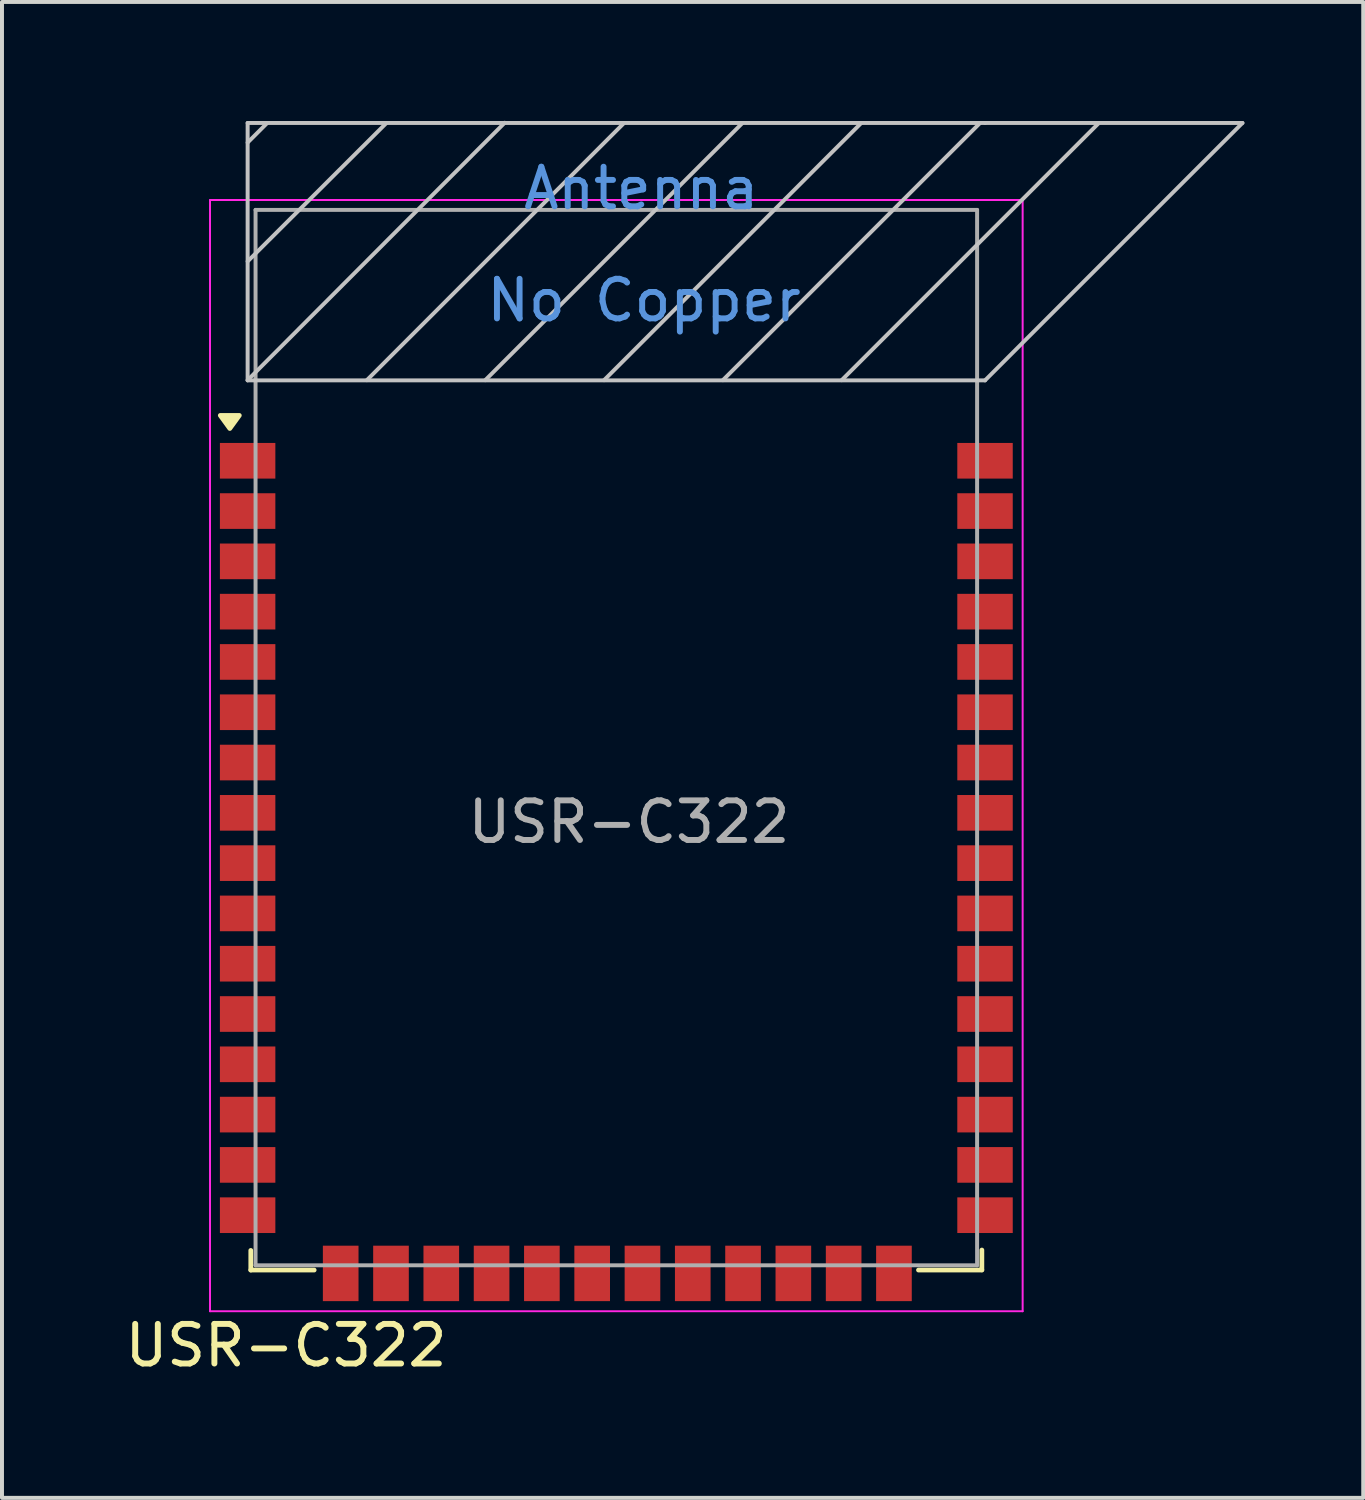
<source format=kicad_pcb>
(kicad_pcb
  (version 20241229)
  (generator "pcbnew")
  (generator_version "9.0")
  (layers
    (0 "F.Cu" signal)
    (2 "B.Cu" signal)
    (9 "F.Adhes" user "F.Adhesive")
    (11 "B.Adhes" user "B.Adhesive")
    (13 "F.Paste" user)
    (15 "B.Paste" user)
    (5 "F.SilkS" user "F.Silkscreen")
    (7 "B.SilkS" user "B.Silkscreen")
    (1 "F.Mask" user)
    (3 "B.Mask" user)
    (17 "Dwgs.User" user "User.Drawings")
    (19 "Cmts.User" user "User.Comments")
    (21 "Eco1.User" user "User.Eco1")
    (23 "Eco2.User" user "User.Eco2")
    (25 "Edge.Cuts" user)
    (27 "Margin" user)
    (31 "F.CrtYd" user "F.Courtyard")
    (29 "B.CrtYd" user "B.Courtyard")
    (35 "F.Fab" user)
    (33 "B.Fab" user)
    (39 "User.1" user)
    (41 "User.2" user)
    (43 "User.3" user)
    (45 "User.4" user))
  (footprint "USR-C322"
    (layer "F.Cu")
    (at 12.513 18.97)
    (property "Reference" "USR-C322" (at -8.34 11.955 0) (layer "F.SilkS") (effects (font (size 1 1) (thickness 0.15))))
    (attr smd)
    (fp_line (start -9.23 9.555) (end -9.23 10.05) (stroke (width 0.12) (type solid)) (layer "F.SilkS"))
    (fp_line (start -9.23 10.05) (end -7.63 10.05) (stroke (width 0.12) (type solid)) (layer "F.SilkS"))
    (fp_line (start 7.63 10.05) (end 9.23 10.05) (stroke (width 0.12) (type solid)) (layer "F.SilkS"))
    (fp_line (start 9.23 10.045) (end 9.23 9.545) (stroke (width 0.12) (type solid)) (layer "F.SilkS"))
    (fp_poly (pts (xy -9.76 -11.2) (xy -10 -11.53) (xy -9.52 -11.53) (xy -9.76 -11.2)) (stroke (width 0.12) (type solid)) (fill yes) (layer "F.SilkS"))
    (fp_line (start -9.31 -18.915) (end -9.31 -12.417) (stroke (width 0.1) (type solid)) (layer "Dwgs.User"))
    (fp_line (start -9.31 -18.915) (end 9.31 -18.915) (stroke (width 0.1) (type solid)) (layer "Dwgs.User"))
    (fp_line (start -9.31 -18.42) (end -8.82 -18.91) (stroke (width 0.1) (type solid)) (layer "Dwgs.User"))
    (fp_line (start -9.31 -15.42) (end -5.81 -18.91) (stroke (width 0.1) (type solid)) (layer "Dwgs.User"))
    (fp_line (start -9.31 -12.42) (end -2.82 -18.92) (stroke (width 0.1) (type solid)) (layer "Dwgs.User"))
    (fp_line (start -9.31 -12.415) (end 9.31 -12.415) (stroke (width 0.1) (type solid)) (layer "Dwgs.User"))
    (fp_line (start -6.3 -12.42) (end 0.19 -18.91) (stroke (width 0.1) (type solid)) (layer "Dwgs.User"))
    (fp_line (start -3.31 -12.42) (end 3.18 -18.91) (stroke (width 0.1) (type solid)) (layer "Dwgs.User"))
    (fp_line (start -0.31 -12.42) (end 6.18 -18.91) (stroke (width 0.1) (type solid)) (layer "Dwgs.User"))
    (fp_line (start 2.69 -12.42) (end 9.18 -18.91) (stroke (width 0.1) (type solid)) (layer "Dwgs.User"))
    (fp_line (start 5.69 -12.42) (end 12.18 -18.91) (stroke (width 0.1) (type solid)) (layer "Dwgs.User"))
    (fp_line (start 9.31 -18.915) (end 15.81 -18.915) (stroke (width 0.1) (type solid)) (layer "Dwgs.User"))
    (fp_line (start 9.31 -12.415) (end 15.81 -18.915) (stroke (width 0.1) (type solid)) (layer "Dwgs.User"))
    (fp_line (start -10.26 -16.97) (end -10.26 11.09) (stroke (width 0.05) (type solid)) (layer "F.CrtYd"))
    (fp_line (start -10.26 11.09) (end 10.26 11.09) (stroke (width 0.05) (type solid)) (layer "F.CrtYd"))
    (fp_line (start 10.26 -16.97) (end -10.26 -16.97) (stroke (width 0.05) (type solid)) (layer "F.CrtYd"))
    (fp_line (start 10.26 11.09) (end 10.26 -16.97) (stroke (width 0.05) (type solid)) (layer "F.CrtYd"))
    (fp_line (start -9.11 -16.72) (end 9.11 -16.72) (stroke (width 0.1) (type solid)) (layer "F.Fab"))
    (fp_line (start -9.11 9.93) (end -9.11 -16.72) (stroke (width 0.1) (type solid)) (layer "F.Fab"))
    (fp_line (start 9.11 9.93) (end -9.11 9.93) (stroke (width 0.1) (type solid)) (layer "F.Fab"))
    (fp_line (start 9.11 9.93) (end 9.11 -16.72) (stroke (width 0.1) (type solid)) (layer "F.Fab"))
    (fp_text user "No Copper" (at 0.7 -14.435 0) (layer "Cmts.User") (effects (font (size 1 1) (thickness 0.15))))
    (fp_text user "Antenna" (at 0.63 -17.265 0) (layer "Cmts.User") (effects (font (size 1 1) (thickness 0.15))))
    (fp_text user "${REFERENCE}" (at 0.32 -1.265 0) (layer "F.Fab") (effects (font (size 1 1) (thickness 0.15))))
    (pad "1" smd rect (at -9.31 -10.385) (size 1.4 0.9) (layers "F.Cu" "F.Mask" "F.Paste"))
    (pad "2" smd rect (at -9.31 -9.115) (size 1.4 0.9) (layers "F.Cu" "F.Mask" "F.Paste"))
    (pad "3" smd rect (at -9.31 -7.845) (size 1.4 0.9) (layers "F.Cu" "F.Mask" "F.Paste"))
    (pad "4" smd rect (at -9.31 -6.575) (size 1.4 0.9) (layers "F.Cu" "F.Mask" "F.Paste"))
    (pad "5" smd rect (at -9.31 -5.305) (size 1.4 0.9) (layers "F.Cu" "F.Mask" "F.Paste"))
    (pad "6" smd rect (at -9.31 -4.035) (size 1.4 0.9) (layers "F.Cu" "F.Mask" "F.Paste"))
    (pad "7" smd rect (at -9.31 -2.765) (size 1.4 0.9) (layers "F.Cu" "F.Mask" "F.Paste"))
    (pad "8" smd rect (at -9.31 -1.495) (size 1.4 0.9) (layers "F.Cu" "F.Mask" "F.Paste"))
    (pad "9" smd rect (at -9.31 -0.225) (size 1.4 0.9) (layers "F.Cu" "F.Mask" "F.Paste"))
    (pad "10" smd rect (at -9.31 1.045) (size 1.4 0.9) (layers "F.Cu" "F.Mask" "F.Paste"))
    (pad "11" smd rect (at -9.31 2.315) (size 1.4 0.9) (layers "F.Cu" "F.Mask" "F.Paste"))
    (pad "12" smd rect (at -9.31 3.585) (size 1.4 0.9) (layers "F.Cu" "F.Mask" "F.Paste"))
    (pad "13" smd rect (at -9.31 4.855) (size 1.4 0.9) (layers "F.Cu" "F.Mask" "F.Paste"))
    (pad "14" smd rect (at -9.31 6.125) (size 1.4 0.9) (layers "F.Cu" "F.Mask" "F.Paste"))
    (pad "15" smd rect (at -9.31 7.395) (size 1.4 0.9) (layers "F.Cu" "F.Mask" "F.Paste"))
    (pad "16" smd rect (at -9.31 8.665) (size 1.4 0.9) (layers "F.Cu" "F.Mask" "F.Paste"))
    (pad "17" smd rect (at -6.96 10.135 90) (size 1.4 0.9) (layers "F.Cu" "F.Mask" "F.Paste"))
    (pad "18" smd rect (at -5.69 10.135 90) (size 1.4 0.9) (layers "F.Cu" "F.Mask" "F.Paste"))
    (pad "19" smd rect (at -4.42 10.135 90) (size 1.4 0.9) (layers "F.Cu" "F.Mask" "F.Paste"))
    (pad "20" smd rect (at -3.15 10.135 90) (size 1.4 0.9) (layers "F.Cu" "F.Mask" "F.Paste"))
    (pad "21" smd rect (at -1.88 10.135 90) (size 1.4 0.9) (layers "F.Cu" "F.Mask" "F.Paste"))
    (pad "22" smd rect (at -0.61 10.135 90) (size 1.4 0.9) (layers "F.Cu" "F.Mask" "F.Paste"))
    (pad "23" smd rect (at 0.66 10.135 90) (size 1.4 0.9) (layers "F.Cu" "F.Mask" "F.Paste"))
    (pad "24" smd rect (at 1.93 10.135 90) (size 1.4 0.9) (layers "F.Cu" "F.Mask" "F.Paste"))
    (pad "25" smd rect (at 3.2 10.135 90) (size 1.4 0.9) (layers "F.Cu" "F.Mask" "F.Paste"))
    (pad "26" smd rect (at 4.47 10.135 90) (size 1.4 0.9) (layers "F.Cu" "F.Mask" "F.Paste"))
    (pad "27" smd rect (at 5.74 10.135 90) (size 1.4 0.9) (layers "F.Cu" "F.Mask" "F.Paste"))
    (pad "28" smd rect (at 7.01 10.135 90) (size 1.4 0.9) (layers "F.Cu" "F.Mask" "F.Paste"))
    (pad "29" smd rect (at 9.31 8.665) (size 1.4 0.9) (layers "F.Cu" "F.Mask" "F.Paste"))
    (pad "30" smd rect (at 9.31 7.395) (size 1.4 0.9) (layers "F.Cu" "F.Mask" "F.Paste"))
    (pad "31" smd rect (at 9.31 6.125) (size 1.4 0.9) (layers "F.Cu" "F.Mask" "F.Paste"))
    (pad "32" smd rect (at 9.31 4.855) (size 1.4 0.9) (layers "F.Cu" "F.Mask" "F.Paste"))
    (pad "33" smd rect (at 9.31 3.585) (size 1.4 0.9) (layers "F.Cu" "F.Mask" "F.Paste"))
    (pad "34" smd rect (at 9.31 2.315) (size 1.4 0.9) (layers "F.Cu" "F.Mask" "F.Paste"))
    (pad "35" smd rect (at 9.31 1.045) (size 1.4 0.9) (layers "F.Cu" "F.Mask" "F.Paste"))
    (pad "36" smd rect (at 9.31 -0.225) (size 1.4 0.9) (layers "F.Cu" "F.Mask" "F.Paste"))
    (pad "37" smd rect (at 9.31 -1.495) (size 1.4 0.9) (layers "F.Cu" "F.Mask" "F.Paste"))
    (pad "38" smd rect (at 9.31 -2.765) (size 1.4 0.9) (layers "F.Cu" "F.Mask" "F.Paste"))
    (pad "39" smd rect (at 9.31 -4.035) (size 1.4 0.9) (layers "F.Cu" "F.Mask" "F.Paste"))
    (pad "40" smd rect (at 9.31 -5.305) (size 1.4 0.9) (layers "F.Cu" "F.Mask" "F.Paste"))
    (pad "41" smd rect (at 9.31 -6.575) (size 1.4 0.9) (layers "F.Cu" "F.Mask" "F.Paste"))
    (pad "42" smd rect (at 9.31 -7.845) (size 1.4 0.9) (layers "F.Cu" "F.Mask" "F.Paste"))
    (pad "43" smd rect (at 9.31 -9.115) (size 1.4 0.9) (layers "F.Cu" "F.Mask" "F.Paste"))
    (pad "44" smd rect (at 9.31 -10.385) (size 1.4 0.9) (layers "F.Cu" "F.Mask" "F.Paste")))
  (gr_rect
    (start -3 -3)
    (end 31.373 34.773)
    (stroke (width 0.1) (type default))
    (fill no)
    (layer "Edge.Cuts")))
</source>
